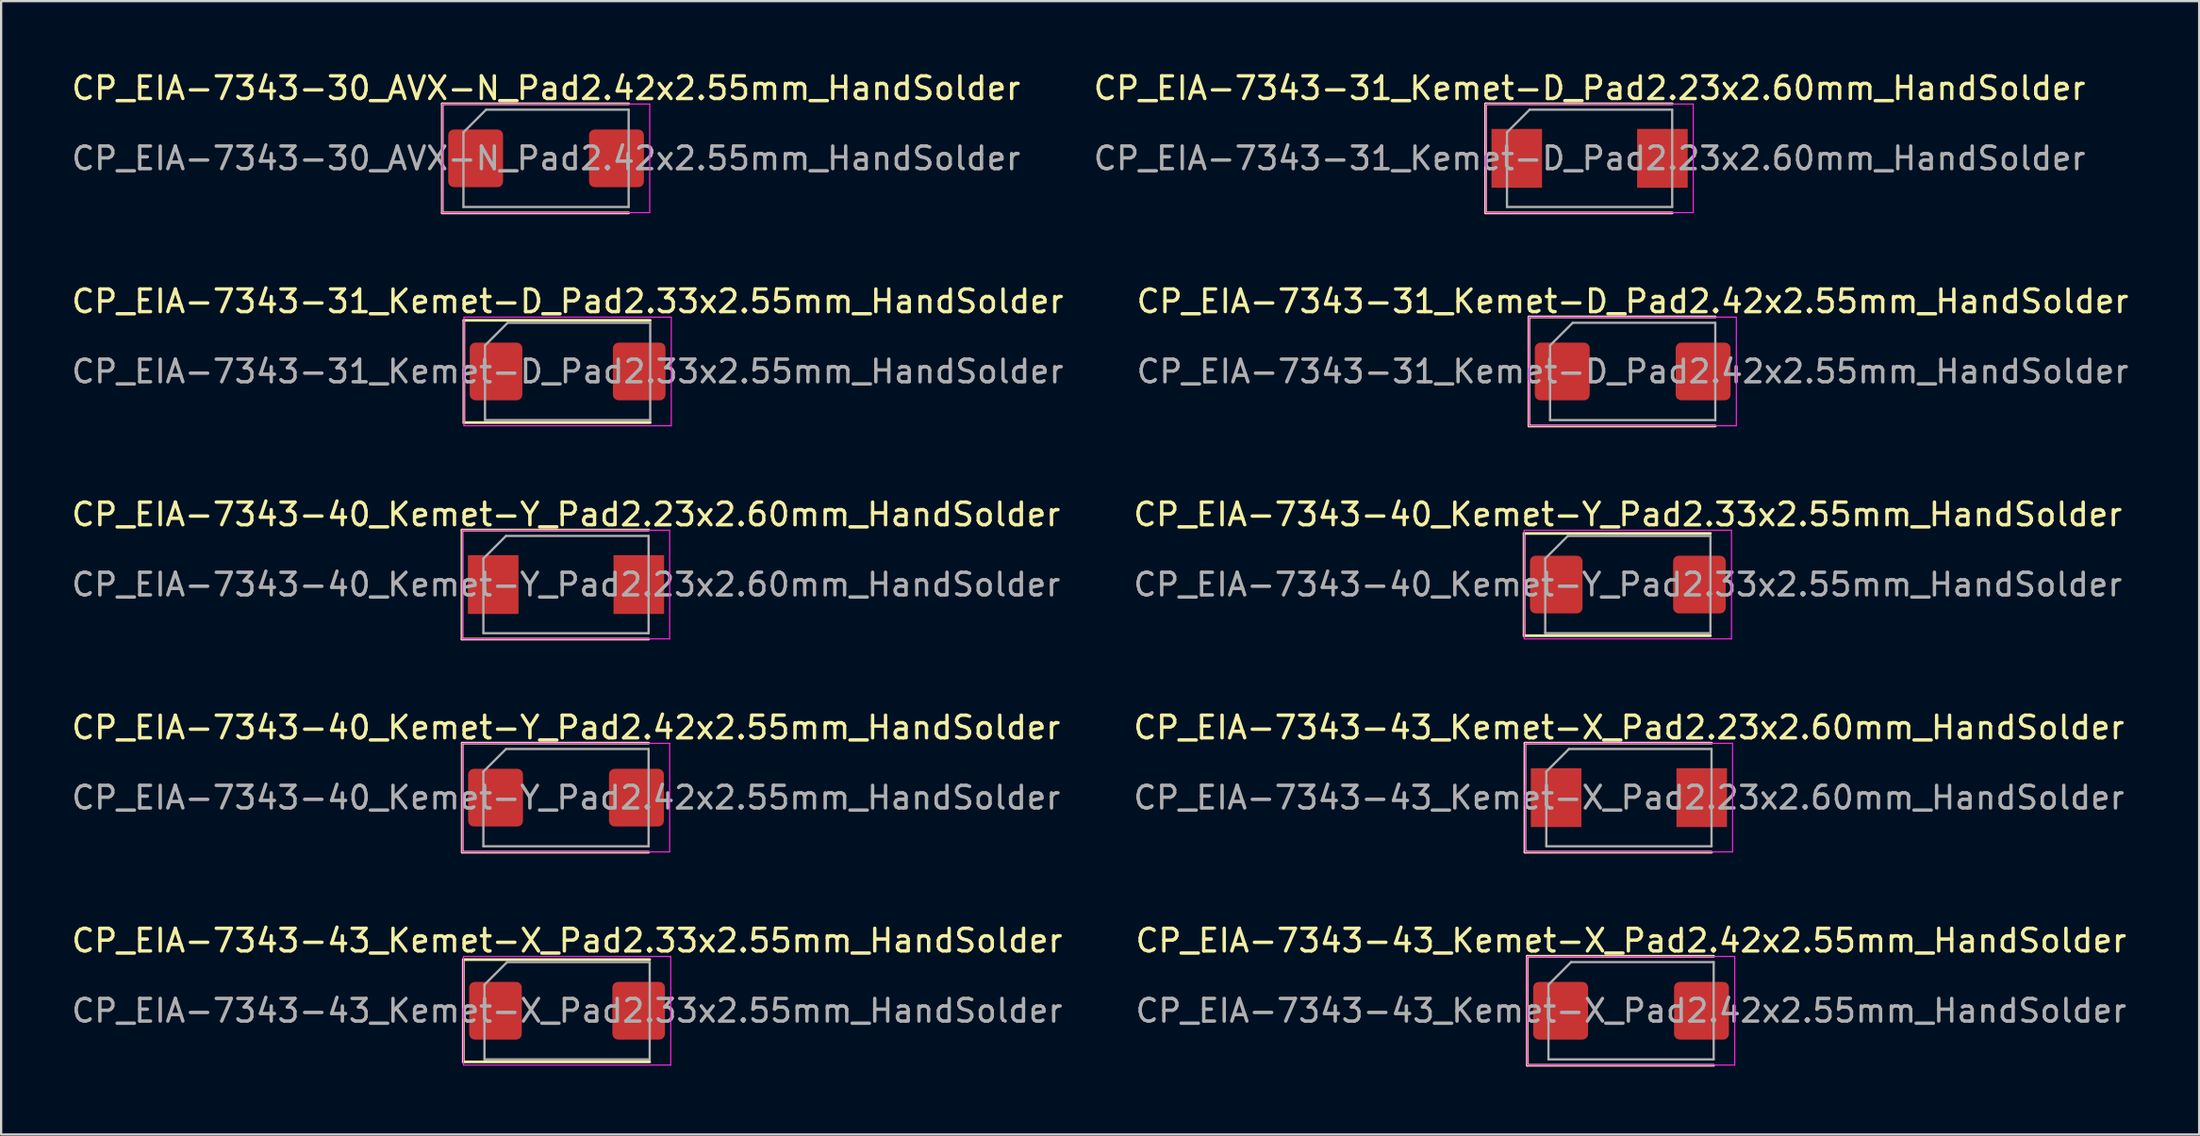
<source format=kicad_pcb>
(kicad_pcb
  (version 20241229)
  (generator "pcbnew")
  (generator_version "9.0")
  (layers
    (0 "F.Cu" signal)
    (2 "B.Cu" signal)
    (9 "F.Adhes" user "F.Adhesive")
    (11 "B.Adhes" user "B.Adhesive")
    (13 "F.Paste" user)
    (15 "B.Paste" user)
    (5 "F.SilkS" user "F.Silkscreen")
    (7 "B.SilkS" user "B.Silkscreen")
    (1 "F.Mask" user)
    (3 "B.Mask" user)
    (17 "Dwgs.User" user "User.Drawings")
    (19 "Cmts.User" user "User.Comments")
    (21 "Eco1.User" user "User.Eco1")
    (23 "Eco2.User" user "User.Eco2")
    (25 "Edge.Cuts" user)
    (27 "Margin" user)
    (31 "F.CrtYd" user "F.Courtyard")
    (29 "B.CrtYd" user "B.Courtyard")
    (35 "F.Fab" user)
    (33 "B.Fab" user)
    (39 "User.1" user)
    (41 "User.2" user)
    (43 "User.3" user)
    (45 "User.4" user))
  (footprint "CP_EIA-7343-43_Kemet-X_Pad2.42x2.55mm_HandSolder"
    (layer "F.Cu")
    (at 69.018 41.621)
    (property "Reference" "CP_EIA-7343-43_Kemet-X_Pad2.42x2.55mm_HandSolder" (at 0 -3.1 0) (layer "F.SilkS") (effects (font (size 1 1) (thickness 0.15))))
    (attr smd)
    (fp_line (start -4.585 -2.41) (end -4.585 2.41) (stroke (width 0.12) (type solid)) (layer "F.SilkS"))
    (fp_line (start -4.585 2.41) (end 3.65 2.41) (stroke (width 0.12) (type solid)) (layer "F.SilkS"))
    (fp_line (start 3.65 -2.41) (end -4.585 -2.41) (stroke (width 0.12) (type solid)) (layer "F.SilkS"))
    (fp_line (start -4.58 -2.4) (end 4.58 -2.4) (stroke (width 0.05) (type solid)) (layer "F.CrtYd"))
    (fp_line (start -4.58 2.4) (end -4.58 -2.4) (stroke (width 0.05) (type solid)) (layer "F.CrtYd"))
    (fp_line (start 4.58 -2.4) (end 4.58 2.4) (stroke (width 0.05) (type solid)) (layer "F.CrtYd"))
    (fp_line (start 4.58 2.4) (end -4.58 2.4) (stroke (width 0.05) (type solid)) (layer "F.CrtYd"))
    (fp_line (start -3.65 -1.15) (end -3.65 2.15) (stroke (width 0.1) (type solid)) (layer "F.Fab"))
    (fp_line (start -3.65 2.15) (end 3.65 2.15) (stroke (width 0.1) (type solid)) (layer "F.Fab"))
    (fp_line (start -2.65 -2.15) (end -3.65 -1.15) (stroke (width 0.1) (type solid)) (layer "F.Fab"))
    (fp_line (start 3.65 -2.15) (end -2.65 -2.15) (stroke (width 0.1) (type solid)) (layer "F.Fab"))
    (fp_line (start 3.65 2.15) (end 3.65 -2.15) (stroke (width 0.1) (type solid)) (layer "F.Fab"))
    (fp_text user "${REFERENCE}" (at 0 0 0) (layer "F.Fab") (effects (font (size 1 1) (thickness 0.15))))
    (pad "1" smd roundrect (at -3.112 0) (size 2.425 2.55) (layers "F.Cu" "F.Mask" "F.Paste") (roundrect_rratio 0.103))
    (pad "2" smd roundrect (at 3.112 0) (size 2.425 2.55) (layers "F.Cu" "F.Mask" "F.Paste") (roundrect_rratio 0.103)))
  (footprint "CP_EIA-7343-40_Kemet-Y_Pad2.33x2.55mm_HandSolder"
    (layer "F.Cu")
    (at 68.875 22.785)
    (property "Reference" "CP_EIA-7343-40_Kemet-Y_Pad2.33x2.55mm_HandSolder" (at 0 -3.1 0) (layer "F.SilkS") (effects (font (size 1 1) (thickness 0.15))))
    (attr smd)
    (fp_line (start -4.585 -2.26) (end -4.585 2.26) (stroke (width 0.12) (type solid)) (layer "F.SilkS"))
    (fp_line (start -4.585 2.26) (end 3.65 2.26) (stroke (width 0.12) (type solid)) (layer "F.SilkS"))
    (fp_line (start 3.65 -2.26) (end -4.585 -2.26) (stroke (width 0.12) (type solid)) (layer "F.SilkS"))
    (fp_line (start -4.58 -2.4) (end 4.58 -2.4) (stroke (width 0.05) (type solid)) (layer "F.CrtYd"))
    (fp_line (start -4.58 2.4) (end -4.58 -2.4) (stroke (width 0.05) (type solid)) (layer "F.CrtYd"))
    (fp_line (start 4.58 -2.4) (end 4.58 2.4) (stroke (width 0.05) (type solid)) (layer "F.CrtYd"))
    (fp_line (start 4.58 2.4) (end -4.58 2.4) (stroke (width 0.05) (type solid)) (layer "F.CrtYd"))
    (fp_line (start -3.65 -1.15) (end -3.65 2.15) (stroke (width 0.1) (type solid)) (layer "F.Fab"))
    (fp_line (start -3.65 2.15) (end 3.65 2.15) (stroke (width 0.1) (type solid)) (layer "F.Fab"))
    (fp_line (start -2.65 -2.15) (end -3.65 -1.15) (stroke (width 0.1) (type solid)) (layer "F.Fab"))
    (fp_line (start 3.65 -2.15) (end -2.65 -2.15) (stroke (width 0.1) (type solid)) (layer "F.Fab"))
    (fp_line (start 3.65 2.15) (end 3.65 -2.15) (stroke (width 0.1) (type solid)) (layer "F.Fab"))
    (fp_text user "${REFERENCE}" (at 0 0 0) (layer "F.Fab") (effects (font (size 1 1) (thickness 0.15))))
    (pad "1" smd roundrect (at -3.163 0) (size 2.325 2.55) (layers "F.Cu" "F.Mask" "F.Paste") (roundrect_rratio 0.108))
    (pad "2" smd roundrect (at 3.163 0) (size 2.325 2.55) (layers "F.Cu" "F.Mask" "F.Paste") (roundrect_rratio 0.108)))
  (footprint "CP_EIA-7343-31_Kemet-D_Pad2.42x2.55mm_HandSolder"
    (layer "F.Cu")
    (at 69.089 13.367)
    (property "Reference" "CP_EIA-7343-31_Kemet-D_Pad2.42x2.55mm_HandSolder" (at 0 -3.1 0) (layer "F.SilkS") (effects (font (size 1 1) (thickness 0.15))))
    (attr smd)
    (fp_line (start -4.585 -2.41) (end -4.585 2.41) (stroke (width 0.12) (type solid)) (layer "F.SilkS"))
    (fp_line (start -4.585 2.41) (end 3.65 2.41) (stroke (width 0.12) (type solid)) (layer "F.SilkS"))
    (fp_line (start 3.65 -2.41) (end -4.585 -2.41) (stroke (width 0.12) (type solid)) (layer "F.SilkS"))
    (fp_line (start -4.58 -2.4) (end 4.58 -2.4) (stroke (width 0.05) (type solid)) (layer "F.CrtYd"))
    (fp_line (start -4.58 2.4) (end -4.58 -2.4) (stroke (width 0.05) (type solid)) (layer "F.CrtYd"))
    (fp_line (start 4.58 -2.4) (end 4.58 2.4) (stroke (width 0.05) (type solid)) (layer "F.CrtYd"))
    (fp_line (start 4.58 2.4) (end -4.58 2.4) (stroke (width 0.05) (type solid)) (layer "F.CrtYd"))
    (fp_line (start -3.65 -1.15) (end -3.65 2.15) (stroke (width 0.1) (type solid)) (layer "F.Fab"))
    (fp_line (start -3.65 2.15) (end 3.65 2.15) (stroke (width 0.1) (type solid)) (layer "F.Fab"))
    (fp_line (start -2.65 -2.15) (end -3.65 -1.15) (stroke (width 0.1) (type solid)) (layer "F.Fab"))
    (fp_line (start 3.65 -2.15) (end -2.65 -2.15) (stroke (width 0.1) (type solid)) (layer "F.Fab"))
    (fp_line (start 3.65 2.15) (end 3.65 -2.15) (stroke (width 0.1) (type solid)) (layer "F.Fab"))
    (fp_text user "${REFERENCE}" (at 0 0 0) (layer "F.Fab") (effects (font (size 1 1) (thickness 0.15))))
    (pad "1" smd roundrect (at -3.112 0) (size 2.425 2.55) (layers "F.Cu" "F.Mask" "F.Paste") (roundrect_rratio 0.103))
    (pad "2" smd roundrect (at 3.112 0) (size 2.425 2.55) (layers "F.Cu" "F.Mask" "F.Paste") (roundrect_rratio 0.103)))
  (footprint "CP_EIA-7343-31_Kemet-D_Pad2.23x2.60mm_HandSolder"
    (layer "F.Cu")
    (at 67.185 3.948)
    (property "Reference" "CP_EIA-7343-31_Kemet-D_Pad2.23x2.60mm_HandSolder" (at 0 -3.1 0) (layer "F.SilkS") (effects (font (size 1 1) (thickness 0.15))))
    (attr smd)
    (fp_line (start -4.595 -2.41) (end -4.595 2.41) (stroke (width 0.12) (type solid)) (layer "F.SilkS"))
    (fp_line (start -4.595 2.41) (end 3.65 2.41) (stroke (width 0.12) (type solid)) (layer "F.SilkS"))
    (fp_line (start 3.65 -2.41) (end -4.595 -2.41) (stroke (width 0.12) (type solid)) (layer "F.SilkS"))
    (fp_line (start -4.58 -2.4) (end 4.58 -2.4) (stroke (width 0.05) (type solid)) (layer "F.CrtYd"))
    (fp_line (start -4.58 2.4) (end -4.58 -2.4) (stroke (width 0.05) (type solid)) (layer "F.CrtYd"))
    (fp_line (start 4.58 -2.4) (end 4.58 2.4) (stroke (width 0.05) (type solid)) (layer "F.CrtYd"))
    (fp_line (start 4.58 2.4) (end -4.58 2.4) (stroke (width 0.05) (type solid)) (layer "F.CrtYd"))
    (fp_line (start -3.65 -1.15) (end -3.65 2.15) (stroke (width 0.1) (type solid)) (layer "F.Fab"))
    (fp_line (start -3.65 2.15) (end 3.65 2.15) (stroke (width 0.1) (type solid)) (layer "F.Fab"))
    (fp_line (start -2.65 -2.15) (end -3.65 -1.15) (stroke (width 0.1) (type solid)) (layer "F.Fab"))
    (fp_line (start 3.65 -2.15) (end -2.65 -2.15) (stroke (width 0.1) (type solid)) (layer "F.Fab"))
    (fp_line (start 3.65 2.15) (end 3.65 -2.15) (stroke (width 0.1) (type solid)) (layer "F.Fab"))
    (fp_text user "${REFERENCE}" (at 0 0 0) (layer "F.Fab") (effects (font (size 1 1) (thickness 0.15))))
    (pad "1" smd rect (at -3.217 0) (size 2.235 2.6) (layers "F.Cu" "F.Mask" "F.Paste"))
    (pad "2" smd rect (at 3.217 0) (size 2.235 2.6) (layers "F.Cu" "F.Mask" "F.Paste")))
  (footprint "CP_EIA-7343-43_Kemet-X_Pad2.33x2.55mm_HandSolder"
    (layer "F.Cu")
    (at 22.006 41.621)
    (property "Reference" "CP_EIA-7343-43_Kemet-X_Pad2.33x2.55mm_HandSolder" (at 0 -3.1 0) (layer "F.SilkS") (effects (font (size 1 1) (thickness 0.15))))
    (attr smd)
    (fp_line (start -4.585 -2.26) (end -4.585 2.26) (stroke (width 0.12) (type solid)) (layer "F.SilkS"))
    (fp_line (start -4.585 2.26) (end 3.65 2.26) (stroke (width 0.12) (type solid)) (layer "F.SilkS"))
    (fp_line (start 3.65 -2.26) (end -4.585 -2.26) (stroke (width 0.12) (type solid)) (layer "F.SilkS"))
    (fp_line (start -4.58 -2.4) (end 4.58 -2.4) (stroke (width 0.05) (type solid)) (layer "F.CrtYd"))
    (fp_line (start -4.58 2.4) (end -4.58 -2.4) (stroke (width 0.05) (type solid)) (layer "F.CrtYd"))
    (fp_line (start 4.58 -2.4) (end 4.58 2.4) (stroke (width 0.05) (type solid)) (layer "F.CrtYd"))
    (fp_line (start 4.58 2.4) (end -4.58 2.4) (stroke (width 0.05) (type solid)) (layer "F.CrtYd"))
    (fp_line (start -3.65 -1.15) (end -3.65 2.15) (stroke (width 0.1) (type solid)) (layer "F.Fab"))
    (fp_line (start -3.65 2.15) (end 3.65 2.15) (stroke (width 0.1) (type solid)) (layer "F.Fab"))
    (fp_line (start -2.65 -2.15) (end -3.65 -1.15) (stroke (width 0.1) (type solid)) (layer "F.Fab"))
    (fp_line (start 3.65 -2.15) (end -2.65 -2.15) (stroke (width 0.1) (type solid)) (layer "F.Fab"))
    (fp_line (start 3.65 2.15) (end 3.65 -2.15) (stroke (width 0.1) (type solid)) (layer "F.Fab"))
    (fp_text user "${REFERENCE}" (at 0 0 0) (layer "F.Fab") (effects (font (size 1 1) (thickness 0.15))))
    (pad "1" smd roundrect (at -3.163 0) (size 2.325 2.55) (layers "F.Cu" "F.Mask" "F.Paste") (roundrect_rratio 0.108))
    (pad "2" smd roundrect (at 3.163 0) (size 2.325 2.55) (layers "F.Cu" "F.Mask" "F.Paste") (roundrect_rratio 0.108)))
  (footprint "CP_EIA-7343-40_Kemet-Y_Pad2.23x2.60mm_HandSolder"
    (layer "F.Cu")
    (at 21.958 22.785)
    (property "Reference" "CP_EIA-7343-40_Kemet-Y_Pad2.23x2.60mm_HandSolder" (at 0 -3.1 0) (layer "F.SilkS") (effects (font (size 1 1) (thickness 0.15))))
    (attr smd)
    (fp_line (start -4.595 -2.41) (end -4.595 2.41) (stroke (width 0.12) (type solid)) (layer "F.SilkS"))
    (fp_line (start -4.595 2.41) (end 3.65 2.41) (stroke (width 0.12) (type solid)) (layer "F.SilkS"))
    (fp_line (start 3.65 -2.41) (end -4.595 -2.41) (stroke (width 0.12) (type solid)) (layer "F.SilkS"))
    (fp_line (start -4.58 -2.4) (end 4.58 -2.4) (stroke (width 0.05) (type solid)) (layer "F.CrtYd"))
    (fp_line (start -4.58 2.4) (end -4.58 -2.4) (stroke (width 0.05) (type solid)) (layer "F.CrtYd"))
    (fp_line (start 4.58 -2.4) (end 4.58 2.4) (stroke (width 0.05) (type solid)) (layer "F.CrtYd"))
    (fp_line (start 4.58 2.4) (end -4.58 2.4) (stroke (width 0.05) (type solid)) (layer "F.CrtYd"))
    (fp_line (start -3.65 -1.15) (end -3.65 2.15) (stroke (width 0.1) (type solid)) (layer "F.Fab"))
    (fp_line (start -3.65 2.15) (end 3.65 2.15) (stroke (width 0.1) (type solid)) (layer "F.Fab"))
    (fp_line (start -2.65 -2.15) (end -3.65 -1.15) (stroke (width 0.1) (type solid)) (layer "F.Fab"))
    (fp_line (start 3.65 -2.15) (end -2.65 -2.15) (stroke (width 0.1) (type solid)) (layer "F.Fab"))
    (fp_line (start 3.65 2.15) (end 3.65 -2.15) (stroke (width 0.1) (type solid)) (layer "F.Fab"))
    (fp_text user "${REFERENCE}" (at 0 0 0) (layer "F.Fab") (effects (font (size 1 1) (thickness 0.15))))
    (pad "1" smd rect (at -3.217 0) (size 2.235 2.6) (layers "F.Cu" "F.Mask" "F.Paste"))
    (pad "2" smd rect (at 3.217 0) (size 2.235 2.6) (layers "F.Cu" "F.Mask" "F.Paste")))
  (footprint "CP_EIA-7343-40_Kemet-Y_Pad2.42x2.55mm_HandSolder"
    (layer "F.Cu")
    (at 21.958 32.203)
    (property "Reference" "CP_EIA-7343-40_Kemet-Y_Pad2.42x2.55mm_HandSolder" (at 0 -3.1 0) (layer "F.SilkS") (effects (font (size 1 1) (thickness 0.15))))
    (attr smd)
    (fp_line (start -4.585 -2.41) (end -4.585 2.41) (stroke (width 0.12) (type solid)) (layer "F.SilkS"))
    (fp_line (start -4.585 2.41) (end 3.65 2.41) (stroke (width 0.12) (type solid)) (layer "F.SilkS"))
    (fp_line (start 3.65 -2.41) (end -4.585 -2.41) (stroke (width 0.12) (type solid)) (layer "F.SilkS"))
    (fp_line (start -4.58 -2.4) (end 4.58 -2.4) (stroke (width 0.05) (type solid)) (layer "F.CrtYd"))
    (fp_line (start -4.58 2.4) (end -4.58 -2.4) (stroke (width 0.05) (type solid)) (layer "F.CrtYd"))
    (fp_line (start 4.58 -2.4) (end 4.58 2.4) (stroke (width 0.05) (type solid)) (layer "F.CrtYd"))
    (fp_line (start 4.58 2.4) (end -4.58 2.4) (stroke (width 0.05) (type solid)) (layer "F.CrtYd"))
    (fp_line (start -3.65 -1.15) (end -3.65 2.15) (stroke (width 0.1) (type solid)) (layer "F.Fab"))
    (fp_line (start -3.65 2.15) (end 3.65 2.15) (stroke (width 0.1) (type solid)) (layer "F.Fab"))
    (fp_line (start -2.65 -2.15) (end -3.65 -1.15) (stroke (width 0.1) (type solid)) (layer "F.Fab"))
    (fp_line (start 3.65 -2.15) (end -2.65 -2.15) (stroke (width 0.1) (type solid)) (layer "F.Fab"))
    (fp_line (start 3.65 2.15) (end 3.65 -2.15) (stroke (width 0.1) (type solid)) (layer "F.Fab"))
    (fp_text user "${REFERENCE}" (at 0 0 0) (layer "F.Fab") (effects (font (size 1 1) (thickness 0.15))))
    (pad "1" smd roundrect (at -3.112 0) (size 2.425 2.55) (layers "F.Cu" "F.Mask" "F.Paste") (roundrect_rratio 0.103))
    (pad "2" smd roundrect (at 3.112 0) (size 2.425 2.55) (layers "F.Cu" "F.Mask" "F.Paste") (roundrect_rratio 0.103)))
  (footprint "CP_EIA-7343-43_Kemet-X_Pad2.23x2.60mm_HandSolder"
    (layer "F.Cu")
    (at 68.923 32.203)
    (property "Reference" "CP_EIA-7343-43_Kemet-X_Pad2.23x2.60mm_HandSolder" (at 0 -3.1 0) (layer "F.SilkS") (effects (font (size 1 1) (thickness 0.15))))
    (attr smd)
    (fp_line (start -4.595 -2.41) (end -4.595 2.41) (stroke (width 0.12) (type solid)) (layer "F.SilkS"))
    (fp_line (start -4.595 2.41) (end 3.65 2.41) (stroke (width 0.12) (type solid)) (layer "F.SilkS"))
    (fp_line (start 3.65 -2.41) (end -4.595 -2.41) (stroke (width 0.12) (type solid)) (layer "F.SilkS"))
    (fp_line (start -4.58 -2.4) (end 4.58 -2.4) (stroke (width 0.05) (type solid)) (layer "F.CrtYd"))
    (fp_line (start -4.58 2.4) (end -4.58 -2.4) (stroke (width 0.05) (type solid)) (layer "F.CrtYd"))
    (fp_line (start 4.58 -2.4) (end 4.58 2.4) (stroke (width 0.05) (type solid)) (layer "F.CrtYd"))
    (fp_line (start 4.58 2.4) (end -4.58 2.4) (stroke (width 0.05) (type solid)) (layer "F.CrtYd"))
    (fp_line (start -3.65 -1.15) (end -3.65 2.15) (stroke (width 0.1) (type solid)) (layer "F.Fab"))
    (fp_line (start -3.65 2.15) (end 3.65 2.15) (stroke (width 0.1) (type solid)) (layer "F.Fab"))
    (fp_line (start -2.65 -2.15) (end -3.65 -1.15) (stroke (width 0.1) (type solid)) (layer "F.Fab"))
    (fp_line (start 3.65 -2.15) (end -2.65 -2.15) (stroke (width 0.1) (type solid)) (layer "F.Fab"))
    (fp_line (start 3.65 2.15) (end 3.65 -2.15) (stroke (width 0.1) (type solid)) (layer "F.Fab"))
    (fp_text user "${REFERENCE}" (at 0 0 0) (layer "F.Fab") (effects (font (size 1 1) (thickness 0.15))))
    (pad "1" smd rect (at -3.217 0) (size 2.235 2.6) (layers "F.Cu" "F.Mask" "F.Paste"))
    (pad "2" smd rect (at 3.217 0) (size 2.235 2.6) (layers "F.Cu" "F.Mask" "F.Paste")))
  (footprint "CP_EIA-7343-30_AVX-N_Pad2.42x2.55mm_HandSolder"
    (layer "F.Cu")
    (at 21.077 3.948)
    (property "Reference" "CP_EIA-7343-30_AVX-N_Pad2.42x2.55mm_HandSolder" (at 0 -3.1 0) (layer "F.SilkS") (effects (font (size 1 1) (thickness 0.15))))
    (attr smd)
    (fp_line (start -4.585 -2.41) (end -4.585 2.41) (stroke (width 0.12) (type solid)) (layer "F.SilkS"))
    (fp_line (start -4.585 2.41) (end 3.65 2.41) (stroke (width 0.12) (type solid)) (layer "F.SilkS"))
    (fp_line (start 3.65 -2.41) (end -4.585 -2.41) (stroke (width 0.12) (type solid)) (layer "F.SilkS"))
    (fp_line (start -4.58 -2.4) (end 4.58 -2.4) (stroke (width 0.05) (type solid)) (layer "F.CrtYd"))
    (fp_line (start -4.58 2.4) (end -4.58 -2.4) (stroke (width 0.05) (type solid)) (layer "F.CrtYd"))
    (fp_line (start 4.58 -2.4) (end 4.58 2.4) (stroke (width 0.05) (type solid)) (layer "F.CrtYd"))
    (fp_line (start 4.58 2.4) (end -4.58 2.4) (stroke (width 0.05) (type solid)) (layer "F.CrtYd"))
    (fp_line (start -3.65 -1.15) (end -3.65 2.15) (stroke (width 0.1) (type solid)) (layer "F.Fab"))
    (fp_line (start -3.65 2.15) (end 3.65 2.15) (stroke (width 0.1) (type solid)) (layer "F.Fab"))
    (fp_line (start -2.65 -2.15) (end -3.65 -1.15) (stroke (width 0.1) (type solid)) (layer "F.Fab"))
    (fp_line (start 3.65 -2.15) (end -2.65 -2.15) (stroke (width 0.1) (type solid)) (layer "F.Fab"))
    (fp_line (start 3.65 2.15) (end 3.65 -2.15) (stroke (width 0.1) (type solid)) (layer "F.Fab"))
    (fp_text user "${REFERENCE}" (at 0 0 0) (layer "F.Fab") (effects (font (size 1 1) (thickness 0.15))))
    (pad "1" smd roundrect (at -3.112 0) (size 2.425 2.55) (layers "F.Cu" "F.Mask" "F.Paste") (roundrect_rratio 0.103))
    (pad "2" smd roundrect (at 3.112 0) (size 2.425 2.55) (layers "F.Cu" "F.Mask" "F.Paste") (roundrect_rratio 0.103)))
  (footprint "CP_EIA-7343-31_Kemet-D_Pad2.33x2.55mm_HandSolder"
    (layer "F.Cu")
    (at 22.03 13.367)
    (property "Reference" "CP_EIA-7343-31_Kemet-D_Pad2.33x2.55mm_HandSolder" (at 0 -3.1 0) (layer "F.SilkS") (effects (font (size 1 1) (thickness 0.15))))
    (attr smd)
    (fp_line (start -4.585 -2.26) (end -4.585 2.26) (stroke (width 0.12) (type solid)) (layer "F.SilkS"))
    (fp_line (start -4.585 2.26) (end 3.65 2.26) (stroke (width 0.12) (type solid)) (layer "F.SilkS"))
    (fp_line (start 3.65 -2.26) (end -4.585 -2.26) (stroke (width 0.12) (type solid)) (layer "F.SilkS"))
    (fp_line (start -4.58 -2.4) (end 4.58 -2.4) (stroke (width 0.05) (type solid)) (layer "F.CrtYd"))
    (fp_line (start -4.58 2.4) (end -4.58 -2.4) (stroke (width 0.05) (type solid)) (layer "F.CrtYd"))
    (fp_line (start 4.58 -2.4) (end 4.58 2.4) (stroke (width 0.05) (type solid)) (layer "F.CrtYd"))
    (fp_line (start 4.58 2.4) (end -4.58 2.4) (stroke (width 0.05) (type solid)) (layer "F.CrtYd"))
    (fp_line (start -3.65 -1.15) (end -3.65 2.15) (stroke (width 0.1) (type solid)) (layer "F.Fab"))
    (fp_line (start -3.65 2.15) (end 3.65 2.15) (stroke (width 0.1) (type solid)) (layer "F.Fab"))
    (fp_line (start -2.65 -2.15) (end -3.65 -1.15) (stroke (width 0.1) (type solid)) (layer "F.Fab"))
    (fp_line (start 3.65 -2.15) (end -2.65 -2.15) (stroke (width 0.1) (type solid)) (layer "F.Fab"))
    (fp_line (start 3.65 2.15) (end 3.65 -2.15) (stroke (width 0.1) (type solid)) (layer "F.Fab"))
    (fp_text user "${REFERENCE}" (at 0 0 0) (layer "F.Fab") (effects (font (size 1 1) (thickness 0.15))))
    (pad "1" smd roundrect (at -3.163 0) (size 2.325 2.55) (layers "F.Cu" "F.Mask" "F.Paste") (roundrect_rratio 0.108))
    (pad "2" smd roundrect (at 3.163 0) (size 2.325 2.55) (layers "F.Cu" "F.Mask" "F.Paste") (roundrect_rratio 0.108)))
  (gr_rect
    (start -3 -3)
    (end 94.119 47.091)
    (stroke (width 0.1) (type default))
    (fill no)
    (layer "Edge.Cuts")))
</source>
